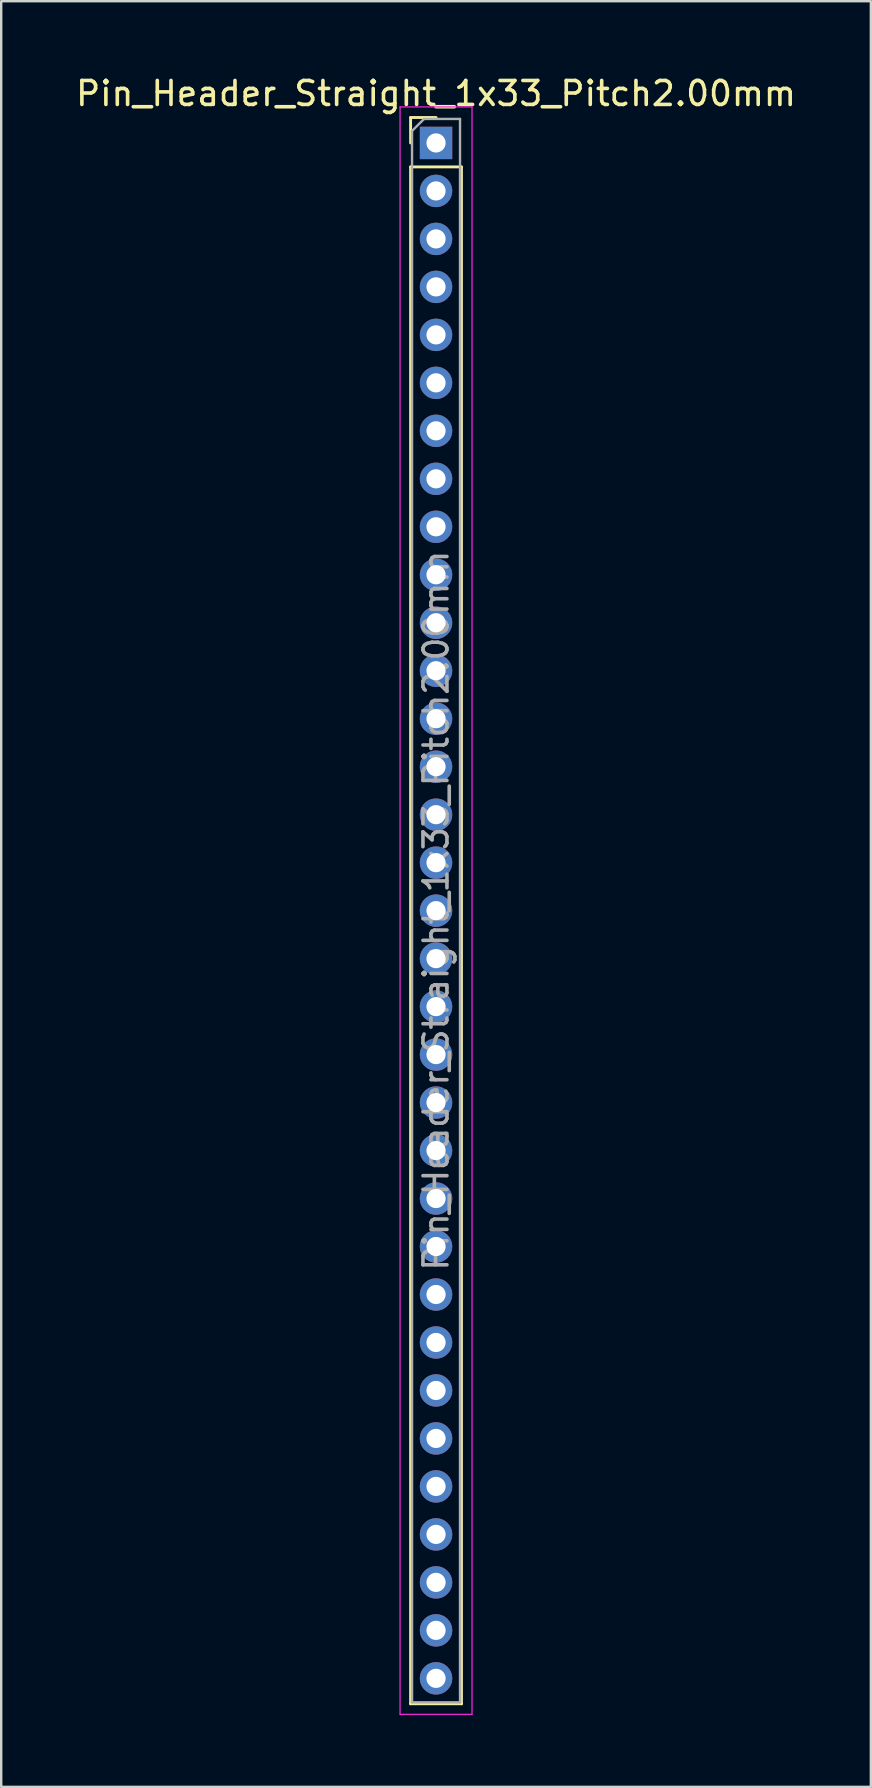
<source format=kicad_pcb>
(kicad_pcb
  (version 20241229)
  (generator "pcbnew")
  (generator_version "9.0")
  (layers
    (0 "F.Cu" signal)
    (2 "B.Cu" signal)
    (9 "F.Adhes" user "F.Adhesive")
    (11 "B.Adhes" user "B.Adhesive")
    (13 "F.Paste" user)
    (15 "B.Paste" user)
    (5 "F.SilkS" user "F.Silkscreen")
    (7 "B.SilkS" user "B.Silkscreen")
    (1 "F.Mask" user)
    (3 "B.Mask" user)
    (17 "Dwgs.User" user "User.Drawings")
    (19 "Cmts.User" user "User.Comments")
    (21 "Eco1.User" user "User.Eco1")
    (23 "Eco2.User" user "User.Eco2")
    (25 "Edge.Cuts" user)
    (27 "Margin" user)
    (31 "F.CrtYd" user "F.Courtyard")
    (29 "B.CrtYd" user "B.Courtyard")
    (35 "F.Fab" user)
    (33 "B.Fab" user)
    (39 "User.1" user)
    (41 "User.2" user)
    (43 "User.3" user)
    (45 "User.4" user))
  (footprint "Pin_Header_Straight_1x33_Pitch2.00mm"
    (layer "F.Cu")
    (at 15.125 2.908)
    (property "Reference" "Pin_Header_Straight_1x33_Pitch2.00mm" (at 0 -2.06 0) (layer "F.SilkS") (effects (font (size 1 1) (thickness 0.15))))
    (attr through_hole)
    (fp_line (start -1.06 -1.06) (end 0 -1.06) (stroke (width 0.12) (type solid)) (layer "F.SilkS"))
    (fp_line (start -1.06 0) (end -1.06 -1.06) (stroke (width 0.12) (type solid)) (layer "F.SilkS"))
    (fp_line (start -1.06 1) (end -1.06 65.06) (stroke (width 0.12) (type solid)) (layer "F.SilkS"))
    (fp_line (start -1.06 1) (end 1.06 1) (stroke (width 0.12) (type solid)) (layer "F.SilkS"))
    (fp_line (start -1.06 65.06) (end 1.06 65.06) (stroke (width 0.12) (type solid)) (layer "F.SilkS"))
    (fp_line (start 1.06 1) (end 1.06 65.06) (stroke (width 0.12) (type solid)) (layer "F.SilkS"))
    (fp_line (start -1.5 -1.5) (end -1.5 65.5) (stroke (width 0.05) (type solid)) (layer "F.CrtYd"))
    (fp_line (start -1.5 65.5) (end 1.5 65.5) (stroke (width 0.05) (type solid)) (layer "F.CrtYd"))
    (fp_line (start 1.5 -1.5) (end -1.5 -1.5) (stroke (width 0.05) (type solid)) (layer "F.CrtYd"))
    (fp_line (start 1.5 65.5) (end 1.5 -1.5) (stroke (width 0.05) (type solid)) (layer "F.CrtYd"))
    (fp_line (start -1 -0.5) (end -0.5 -1) (stroke (width 0.1) (type solid)) (layer "F.Fab"))
    (fp_line (start -1 65) (end -1 -0.5) (stroke (width 0.1) (type solid)) (layer "F.Fab"))
    (fp_line (start -0.5 -1) (end 1 -1) (stroke (width 0.1) (type solid)) (layer "F.Fab"))
    (fp_line (start 1 -1) (end 1 65) (stroke (width 0.1) (type solid)) (layer "F.Fab"))
    (fp_line (start 1 65) (end -1 65) (stroke (width 0.1) (type solid)) (layer "F.Fab"))
    (fp_text user "${REFERENCE}" (at 0 32 90) (layer "F.Fab") (effects (font (size 1 1) (thickness 0.15))))
    (pad "1" thru_hole rect (at 0 0) (size 1.35 1.35) (drill 0.8) (layers "*.Cu" "*.Mask"))
    (pad "2" thru_hole oval (at 0 2) (size 1.35 1.35) (drill 0.8) (layers "*.Cu" "*.Mask"))
    (pad "3" thru_hole oval (at 0 4) (size 1.35 1.35) (drill 0.8) (layers "*.Cu" "*.Mask"))
    (pad "4" thru_hole oval (at 0 6) (size 1.35 1.35) (drill 0.8) (layers "*.Cu" "*.Mask"))
    (pad "5" thru_hole oval (at 0 8) (size 1.35 1.35) (drill 0.8) (layers "*.Cu" "*.Mask"))
    (pad "6" thru_hole oval (at 0 10) (size 1.35 1.35) (drill 0.8) (layers "*.Cu" "*.Mask"))
    (pad "7" thru_hole oval (at 0 12) (size 1.35 1.35) (drill 0.8) (layers "*.Cu" "*.Mask"))
    (pad "8" thru_hole oval (at 0 14) (size 1.35 1.35) (drill 0.8) (layers "*.Cu" "*.Mask"))
    (pad "9" thru_hole oval (at 0 16) (size 1.35 1.35) (drill 0.8) (layers "*.Cu" "*.Mask"))
    (pad "10" thru_hole oval (at 0 18) (size 1.35 1.35) (drill 0.8) (layers "*.Cu" "*.Mask"))
    (pad "11" thru_hole oval (at 0 20) (size 1.35 1.35) (drill 0.8) (layers "*.Cu" "*.Mask"))
    (pad "12" thru_hole oval (at 0 22) (size 1.35 1.35) (drill 0.8) (layers "*.Cu" "*.Mask"))
    (pad "13" thru_hole oval (at 0 24) (size 1.35 1.35) (drill 0.8) (layers "*.Cu" "*.Mask"))
    (pad "14" thru_hole oval (at 0 26) (size 1.35 1.35) (drill 0.8) (layers "*.Cu" "*.Mask"))
    (pad "15" thru_hole oval (at 0 28) (size 1.35 1.35) (drill 0.8) (layers "*.Cu" "*.Mask"))
    (pad "16" thru_hole oval (at 0 30) (size 1.35 1.35) (drill 0.8) (layers "*.Cu" "*.Mask"))
    (pad "17" thru_hole oval (at 0 32) (size 1.35 1.35) (drill 0.8) (layers "*.Cu" "*.Mask"))
    (pad "18" thru_hole oval (at 0 34) (size 1.35 1.35) (drill 0.8) (layers "*.Cu" "*.Mask"))
    (pad "19" thru_hole oval (at 0 36) (size 1.35 1.35) (drill 0.8) (layers "*.Cu" "*.Mask"))
    (pad "20" thru_hole oval (at 0 38) (size 1.35 1.35) (drill 0.8) (layers "*.Cu" "*.Mask"))
    (pad "21" thru_hole oval (at 0 40) (size 1.35 1.35) (drill 0.8) (layers "*.Cu" "*.Mask"))
    (pad "22" thru_hole oval (at 0 42) (size 1.35 1.35) (drill 0.8) (layers "*.Cu" "*.Mask"))
    (pad "23" thru_hole oval (at 0 44) (size 1.35 1.35) (drill 0.8) (layers "*.Cu" "*.Mask"))
    (pad "24" thru_hole oval (at 0 46) (size 1.35 1.35) (drill 0.8) (layers "*.Cu" "*.Mask"))
    (pad "25" thru_hole oval (at 0 48) (size 1.35 1.35) (drill 0.8) (layers "*.Cu" "*.Mask"))
    (pad "26" thru_hole oval (at 0 50) (size 1.35 1.35) (drill 0.8) (layers "*.Cu" "*.Mask"))
    (pad "27" thru_hole oval (at 0 52) (size 1.35 1.35) (drill 0.8) (layers "*.Cu" "*.Mask"))
    (pad "28" thru_hole oval (at 0 54) (size 1.35 1.35) (drill 0.8) (layers "*.Cu" "*.Mask"))
    (pad "29" thru_hole oval (at 0 56) (size 1.35 1.35) (drill 0.8) (layers "*.Cu" "*.Mask"))
    (pad "30" thru_hole oval (at 0 58) (size 1.35 1.35) (drill 0.8) (layers "*.Cu" "*.Mask"))
    (pad "31" thru_hole oval (at 0 60) (size 1.35 1.35) (drill 0.8) (layers "*.Cu" "*.Mask"))
    (pad "32" thru_hole oval (at 0 62) (size 1.35 1.35) (drill 0.8) (layers "*.Cu" "*.Mask"))
    (pad "33" thru_hole oval (at 0 64) (size 1.35 1.35) (drill 0.8) (layers "*.Cu" "*.Mask")))
  (gr_rect
    (start -3 -3)
    (end 33.25 71.433)
    (stroke (width 0.1) (type default))
    (fill no)
    (layer "Edge.Cuts")))
</source>
